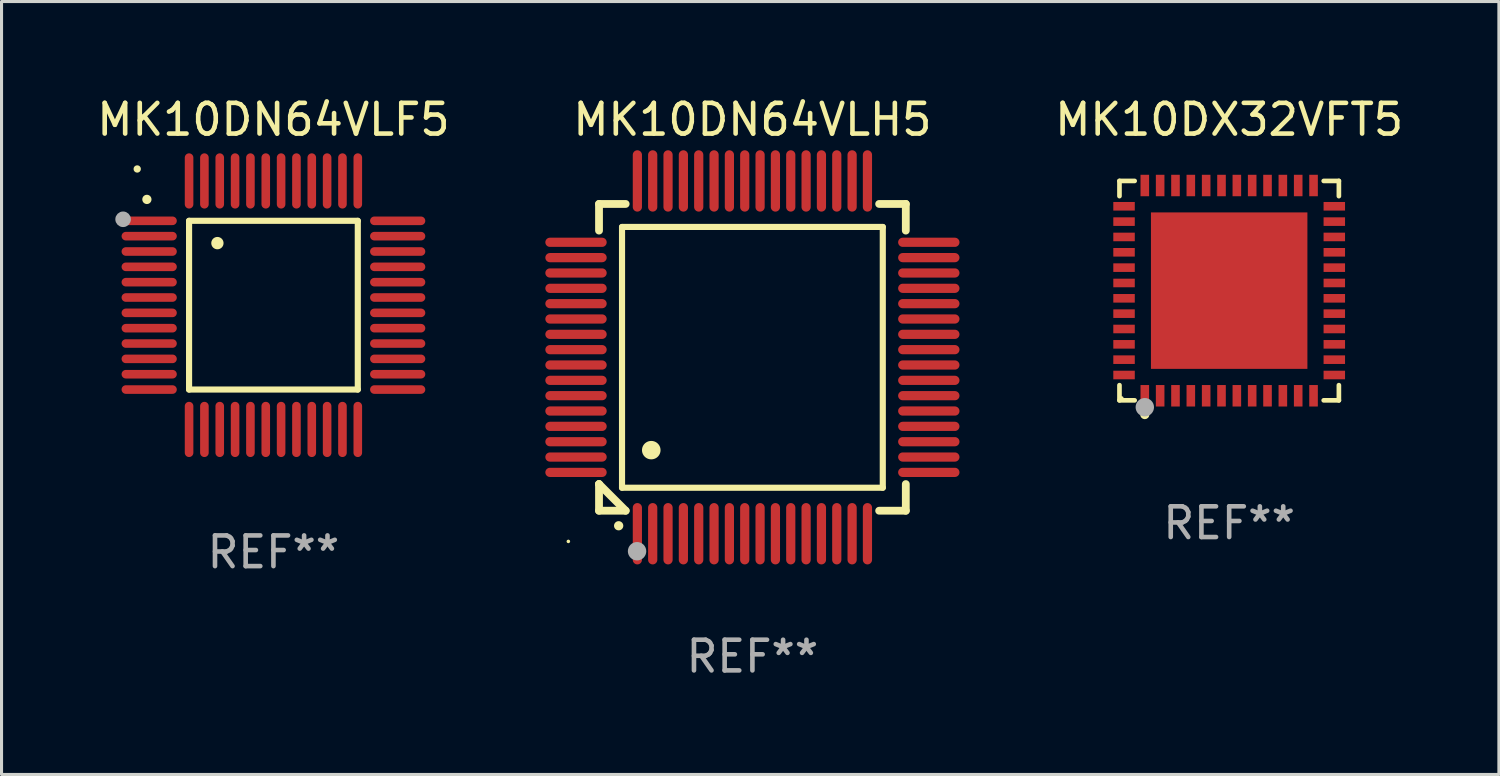
<source format=kicad_pcb>
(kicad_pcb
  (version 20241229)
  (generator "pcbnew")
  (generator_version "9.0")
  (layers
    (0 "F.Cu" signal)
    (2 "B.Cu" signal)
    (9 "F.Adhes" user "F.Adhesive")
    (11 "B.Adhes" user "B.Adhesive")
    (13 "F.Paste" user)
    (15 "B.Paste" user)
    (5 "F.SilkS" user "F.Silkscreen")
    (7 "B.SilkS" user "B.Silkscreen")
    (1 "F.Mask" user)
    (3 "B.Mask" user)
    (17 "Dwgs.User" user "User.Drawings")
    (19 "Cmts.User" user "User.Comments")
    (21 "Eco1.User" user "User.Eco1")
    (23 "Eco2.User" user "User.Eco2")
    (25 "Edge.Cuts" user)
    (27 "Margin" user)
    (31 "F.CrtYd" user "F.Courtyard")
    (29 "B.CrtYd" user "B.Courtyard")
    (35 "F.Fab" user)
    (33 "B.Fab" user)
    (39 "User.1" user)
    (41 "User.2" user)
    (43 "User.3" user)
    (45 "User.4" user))
  (footprint "MK10DN64VLF5"
    (layer "F.Cu")
    (at 5.863 6.898)
    (property "Reference" "MK10DN64VLF5" (at 0 -6.05 0) (layer "F.SilkS") (effects (font (size 1 1) (thickness 0.15))))
    (attr through_hole)
    (fp_line (start -2.75 -2.75) (end 2.75 -2.75) (stroke (width 0.2) (type solid)) (layer "F.SilkS"))
    (fp_line (start -2.75 2.75) (end -2.75 -2.75) (stroke (width 0.2) (type solid)) (layer "F.SilkS"))
    (fp_line (start 2.75 -2.75) (end 2.75 2.75) (stroke (width 0.2) (type solid)) (layer "F.SilkS"))
    (fp_line (start 2.75 2.75) (end -2.75 2.75) (stroke (width 0.2) (type solid)) (layer "F.SilkS"))
    (fp_arc (start -4.124968 -3.446787) (mid -4.124973 -3.448057) (end -4.124968 -3.449327) (stroke (width 0.3) (type solid)) (layer "F.SilkS"))
    (fp_arc (start -1.826264 -2.021844) (mid -1.826268 -2.023114) (end -1.826264 -2.024384) (stroke (width 0.4) (type solid)) (layer "F.SilkS"))
    (fp_circle (center -4.44 -4.44) (end -4.38 -4.44) (stroke (width 0.12) (type solid)) (fill no) (layer "F.SilkS"))
    (fp_circle (center -4.9 -2.8) (end -4.773 -2.8) (stroke (width 0.254) (type solid)) (fill no) (layer "F.Fab"))
    (fp_text user "REF**" (at 0 8.05 0) (layer "F.Fab") (effects (font (size 1 1) (thickness 0.15))))
    (pad "1" smd oval (at -4.05 -2.75 90) (size 0.28 1.8) (layers "F.Cu" "F.Mask" "F.Paste"))
    (pad "2" smd oval (at -4.05 -2.25 90) (size 0.28 1.8) (layers "F.Cu" "F.Mask" "F.Paste"))
    (pad "3" smd oval (at -4.05 -1.75 90) (size 0.28 1.8) (layers "F.Cu" "F.Mask" "F.Paste"))
    (pad "4" smd oval (at -4.05 -1.25 90) (size 0.28 1.8) (layers "F.Cu" "F.Mask" "F.Paste"))
    (pad "5" smd oval (at -4.05 -0.75 90) (size 0.28 1.8) (layers "F.Cu" "F.Mask" "F.Paste"))
    (pad "6" smd oval (at -4.05 -0.25 90) (size 0.28 1.8) (layers "F.Cu" "F.Mask" "F.Paste"))
    (pad "7" smd oval (at -4.05 0.25 90) (size 0.28 1.8) (layers "F.Cu" "F.Mask" "F.Paste"))
    (pad "8" smd oval (at -4.05 0.75 90) (size 0.28 1.8) (layers "F.Cu" "F.Mask" "F.Paste"))
    (pad "9" smd oval (at -4.05 1.25 90) (size 0.28 1.8) (layers "F.Cu" "F.Mask" "F.Paste"))
    (pad "10" smd oval (at -4.05 1.75 90) (size 0.28 1.8) (layers "F.Cu" "F.Mask" "F.Paste"))
    (pad "11" smd oval (at -4.05 2.25 90) (size 0.28 1.8) (layers "F.Cu" "F.Mask" "F.Paste"))
    (pad "12" smd oval (at -4.05 2.75 90) (size 0.28 1.8) (layers "F.Cu" "F.Mask" "F.Paste"))
    (pad "13" smd oval (at -2.75 4.05) (size 0.28 1.8) (layers "F.Cu" "F.Mask" "F.Paste"))
    (pad "14" smd oval (at -2.25 4.05) (size 0.28 1.8) (layers "F.Cu" "F.Mask" "F.Paste"))
    (pad "15" smd oval (at -1.75 4.05) (size 0.28 1.8) (layers "F.Cu" "F.Mask" "F.Paste"))
    (pad "16" smd oval (at -1.25 4.05) (size 0.28 1.8) (layers "F.Cu" "F.Mask" "F.Paste"))
    (pad "17" smd oval (at -0.75 4.05) (size 0.28 1.8) (layers "F.Cu" "F.Mask" "F.Paste"))
    (pad "18" smd oval (at -0.25 4.05) (size 0.28 1.8) (layers "F.Cu" "F.Mask" "F.Paste"))
    (pad "19" smd oval (at 0.25 4.05) (size 0.28 1.8) (layers "F.Cu" "F.Mask" "F.Paste"))
    (pad "20" smd oval (at 0.75 4.05) (size 0.28 1.8) (layers "F.Cu" "F.Mask" "F.Paste"))
    (pad "21" smd oval (at 1.25 4.05) (size 0.28 1.8) (layers "F.Cu" "F.Mask" "F.Paste"))
    (pad "22" smd oval (at 1.75 4.05) (size 0.28 1.8) (layers "F.Cu" "F.Mask" "F.Paste"))
    (pad "23" smd oval (at 2.25 4.05) (size 0.28 1.8) (layers "F.Cu" "F.Mask" "F.Paste"))
    (pad "24" smd oval (at 2.75 4.05) (size 0.28 1.8) (layers "F.Cu" "F.Mask" "F.Paste"))
    (pad "25" smd oval (at 4.05 2.75 90) (size 0.28 1.8) (layers "F.Cu" "F.Mask" "F.Paste"))
    (pad "26" smd oval (at 4.05 2.25 90) (size 0.28 1.8) (layers "F.Cu" "F.Mask" "F.Paste"))
    (pad "27" smd oval (at 4.05 1.75 90) (size 0.28 1.8) (layers "F.Cu" "F.Mask" "F.Paste"))
    (pad "28" smd oval (at 4.05 1.25 90) (size 0.28 1.8) (layers "F.Cu" "F.Mask" "F.Paste"))
    (pad "29" smd oval (at 4.05 0.75 90) (size 0.28 1.8) (layers "F.Cu" "F.Mask" "F.Paste"))
    (pad "30" smd oval (at 4.05 0.25 90) (size 0.28 1.8) (layers "F.Cu" "F.Mask" "F.Paste"))
    (pad "31" smd oval (at 4.05 -0.25 90) (size 0.28 1.8) (layers "F.Cu" "F.Mask" "F.Paste"))
    (pad "32" smd oval (at 4.05 -0.75 90) (size 0.28 1.8) (layers "F.Cu" "F.Mask" "F.Paste"))
    (pad "33" smd oval (at 4.05 -1.25 90) (size 0.28 1.8) (layers "F.Cu" "F.Mask" "F.Paste"))
    (pad "34" smd oval (at 4.05 -1.75 90) (size 0.28 1.8) (layers "F.Cu" "F.Mask" "F.Paste"))
    (pad "35" smd oval (at 4.05 -2.25 90) (size 0.28 1.8) (layers "F.Cu" "F.Mask" "F.Paste"))
    (pad "36" smd oval (at 4.05 -2.75 90) (size 0.28 1.8) (layers "F.Cu" "F.Mask" "F.Paste"))
    (pad "37" smd oval (at 2.75 -4.05) (size 0.28 1.8) (layers "F.Cu" "F.Mask" "F.Paste"))
    (pad "38" smd oval (at 2.25 -4.05) (size 0.28 1.8) (layers "F.Cu" "F.Mask" "F.Paste"))
    (pad "39" smd oval (at 1.75 -4.05) (size 0.28 1.8) (layers "F.Cu" "F.Mask" "F.Paste"))
    (pad "40" smd oval (at 1.25 -4.05) (size 0.28 1.8) (layers "F.Cu" "F.Mask" "F.Paste"))
    (pad "41" smd oval (at 0.75 -4.05) (size 0.28 1.8) (layers "F.Cu" "F.Mask" "F.Paste"))
    (pad "42" smd oval (at 0.25 -4.05) (size 0.28 1.8) (layers "F.Cu" "F.Mask" "F.Paste"))
    (pad "43" smd oval (at -0.25 -4.05) (size 0.28 1.8) (layers "F.Cu" "F.Mask" "F.Paste"))
    (pad "44" smd oval (at -0.75 -4.05) (size 0.28 1.8) (layers "F.Cu" "F.Mask" "F.Paste"))
    (pad "45" smd oval (at -1.25 -4.05) (size 0.28 1.8) (layers "F.Cu" "F.Mask" "F.Paste"))
    (pad "46" smd oval (at -1.75 -4.05) (size 0.28 1.8) (layers "F.Cu" "F.Mask" "F.Paste"))
    (pad "47" smd oval (at -2.25 -4.05) (size 0.28 1.8) (layers "F.Cu" "F.Mask" "F.Paste"))
    (pad "48" smd oval (at -2.75 -4.05) (size 0.28 1.8) (layers "F.Cu" "F.Mask" "F.Paste")))
  (footprint "MK10DX32VFT5"
    (layer "F.Cu")
    (at 37.017 6.424)
    (property "Reference" "MK10DX32VFT5" (at 0 -5.576 0) (layer "F.SilkS") (effects (font (size 1 1) (thickness 0.15))))
    (attr through_hole)
    (fp_line (start -3.576 -3.576) (end -3.081 -3.576) (stroke (width 0.152) (type solid)) (layer "F.SilkS"))
    (fp_line (start -3.576 -3.081) (end -3.576 -3.576) (stroke (width 0.152) (type solid)) (layer "F.SilkS"))
    (fp_line (start -3.576 3.081) (end -3.576 3.576) (stroke (width 0.152) (type solid)) (layer "F.SilkS"))
    (fp_line (start -3.576 3.576) (end -3.081 3.576) (stroke (width 0.152) (type solid)) (layer "F.SilkS"))
    (fp_line (start 3.576 -3.576) (end 3.081 -3.576) (stroke (width 0.152) (type solid)) (layer "F.SilkS"))
    (fp_line (start 3.576 -3.081) (end 3.576 -3.576) (stroke (width 0.152) (type solid)) (layer "F.SilkS"))
    (fp_line (start 3.576 3.081) (end 3.576 3.576) (stroke (width 0.152) (type solid)) (layer "F.SilkS"))
    (fp_line (start 3.576 3.576) (end 3.081 3.576) (stroke (width 0.152) (type solid)) (layer "F.SilkS"))
    (fp_circle (center -3.5 3.5) (end -3.47 3.5) (stroke (width 0.06) (type solid)) (fill no) (layer "F.SilkS"))
    (fp_circle (center -2.75 4.04) (end -2.675 4.04) (stroke (width 0.15) (type solid)) (fill no) (layer "F.SilkS"))
    (fp_circle (center -2.75 3.8) (end -2.6 3.8) (stroke (width 0.3) (type solid)) (fill no) (layer "F.Fab"))
    (fp_text user "REF**" (at 0 7.576 0) (layer "F.Fab") (effects (font (size 1 1) (thickness 0.15))))
    (pad "1" smd rect (at -2.75 3.427) (size 0.28 0.7) (layers "F.Cu" "F.Mask" "F.Paste"))
    (pad "2" smd rect (at -2.25 3.427) (size 0.28 0.7) (layers "F.Cu" "F.Mask" "F.Paste"))
    (pad "3" smd rect (at -1.75 3.427) (size 0.28 0.7) (layers "F.Cu" "F.Mask" "F.Paste"))
    (pad "4" smd rect (at -1.25 3.427) (size 0.28 0.7) (layers "F.Cu" "F.Mask" "F.Paste"))
    (pad "5" smd rect (at -0.75 3.427) (size 0.28 0.7) (layers "F.Cu" "F.Mask" "F.Paste"))
    (pad "6" smd rect (at -0.25 3.427) (size 0.28 0.7) (layers "F.Cu" "F.Mask" "F.Paste"))
    (pad "7" smd rect (at 0.25 3.427) (size 0.28 0.7) (layers "F.Cu" "F.Mask" "F.Paste"))
    (pad "8" smd rect (at 0.75 3.427) (size 0.28 0.7) (layers "F.Cu" "F.Mask" "F.Paste"))
    (pad "9" smd rect (at 1.25 3.427) (size 0.28 0.7) (layers "F.Cu" "F.Mask" "F.Paste"))
    (pad "10" smd rect (at 1.75 3.427) (size 0.28 0.7) (layers "F.Cu" "F.Mask" "F.Paste"))
    (pad "11" smd rect (at 2.25 3.427) (size 0.28 0.7) (layers "F.Cu" "F.Mask" "F.Paste"))
    (pad "12" smd rect (at 2.75 3.427) (size 0.28 0.7) (layers "F.Cu" "F.Mask" "F.Paste"))
    (pad "13" smd rect (at 3.427 2.75) (size 0.7 0.28) (layers "F.Cu" "F.Mask" "F.Paste"))
    (pad "14" smd rect (at 3.427 2.25) (size 0.7 0.28) (layers "F.Cu" "F.Mask" "F.Paste"))
    (pad "15" smd rect (at 3.427 1.75) (size 0.7 0.28) (layers "F.Cu" "F.Mask" "F.Paste"))
    (pad "16" smd rect (at 3.427 1.25) (size 0.7 0.28) (layers "F.Cu" "F.Mask" "F.Paste"))
    (pad "17" smd rect (at 3.427 0.75) (size 0.7 0.28) (layers "F.Cu" "F.Mask" "F.Paste"))
    (pad "18" smd rect (at 3.427 0.25) (size 0.7 0.28) (layers "F.Cu" "F.Mask" "F.Paste"))
    (pad "19" smd rect (at 3.427 -0.25) (size 0.7 0.28) (layers "F.Cu" "F.Mask" "F.Paste"))
    (pad "20" smd rect (at 3.427 -0.75) (size 0.7 0.28) (layers "F.Cu" "F.Mask" "F.Paste"))
    (pad "21" smd rect (at 3.427 -1.25) (size 0.7 0.28) (layers "F.Cu" "F.Mask" "F.Paste"))
    (pad "22" smd rect (at 3.427 -1.75) (size 0.7 0.28) (layers "F.Cu" "F.Mask" "F.Paste"))
    (pad "23" smd rect (at 3.427 -2.25) (size 0.7 0.28) (layers "F.Cu" "F.Mask" "F.Paste"))
    (pad "24" smd rect (at 3.427 -2.75) (size 0.7 0.28) (layers "F.Cu" "F.Mask" "F.Paste"))
    (pad "25" smd rect (at 2.75 -3.427) (size 0.28 0.7) (layers "F.Cu" "F.Mask" "F.Paste"))
    (pad "26" smd rect (at 2.25 -3.427) (size 0.28 0.7) (layers "F.Cu" "F.Mask" "F.Paste"))
    (pad "27" smd rect (at 1.75 -3.427) (size 0.28 0.7) (layers "F.Cu" "F.Mask" "F.Paste"))
    (pad "28" smd rect (at 1.25 -3.427) (size 0.28 0.7) (layers "F.Cu" "F.Mask" "F.Paste"))
    (pad "29" smd rect (at 0.75 -3.427) (size 0.28 0.7) (layers "F.Cu" "F.Mask" "F.Paste"))
    (pad "30" smd rect (at 0.25 -3.427) (size 0.28 0.7) (layers "F.Cu" "F.Mask" "F.Paste"))
    (pad "31" smd rect (at -0.25 -3.427) (size 0.28 0.7) (layers "F.Cu" "F.Mask" "F.Paste"))
    (pad "32" smd rect (at -0.75 -3.427) (size 0.28 0.7) (layers "F.Cu" "F.Mask" "F.Paste"))
    (pad "33" smd rect (at -1.25 -3.427) (size 0.28 0.7) (layers "F.Cu" "F.Mask" "F.Paste"))
    (pad "34" smd rect (at -1.75 -3.427) (size 0.28 0.7) (layers "F.Cu" "F.Mask" "F.Paste"))
    (pad "35" smd rect (at -2.25 -3.427) (size 0.28 0.7) (layers "F.Cu" "F.Mask" "F.Paste"))
    (pad "36" smd rect (at -2.75 -3.427) (size 0.28 0.7) (layers "F.Cu" "F.Mask" "F.Paste"))
    (pad "37" smd rect (at -3.427 -2.75) (size 0.7 0.28) (layers "F.Cu" "F.Mask" "F.Paste"))
    (pad "38" smd rect (at -3.427 -2.25) (size 0.7 0.28) (layers "F.Cu" "F.Mask" "F.Paste"))
    (pad "39" smd rect (at -3.427 -1.75) (size 0.7 0.28) (layers "F.Cu" "F.Mask" "F.Paste"))
    (pad "40" smd rect (at -3.427 -1.25) (size 0.7 0.28) (layers "F.Cu" "F.Mask" "F.Paste"))
    (pad "41" smd rect (at -3.427 -0.75) (size 0.7 0.28) (layers "F.Cu" "F.Mask" "F.Paste"))
    (pad "42" smd rect (at -3.427 -0.25) (size 0.7 0.28) (layers "F.Cu" "F.Mask" "F.Paste"))
    (pad "43" smd rect (at -3.427 0.25) (size 0.7 0.28) (layers "F.Cu" "F.Mask" "F.Paste"))
    (pad "44" smd rect (at -3.427 0.75) (size 0.7 0.28) (layers "F.Cu" "F.Mask" "F.Paste"))
    (pad "45" smd rect (at -3.427 1.25) (size 0.7 0.28) (layers "F.Cu" "F.Mask" "F.Paste"))
    (pad "46" smd rect (at -3.427 1.75) (size 0.7 0.28) (layers "F.Cu" "F.Mask" "F.Paste"))
    (pad "47" smd rect (at -3.427 2.25) (size 0.7 0.28) (layers "F.Cu" "F.Mask" "F.Paste"))
    (pad "48" smd rect (at -3.427 2.75) (size 0.7 0.28) (layers "F.Cu" "F.Mask" "F.Paste"))
    (pad "49" smd rect (at 0 0) (size 5.1 5.1) (layers "F.Cu" "F.Mask" "F.Paste")))
  (footprint "MK10DN64VLH5"
    (layer "F.Cu")
    (at 21.476 8.598)
    (property "Reference" "MK10DN64VLH5" (at 0 -7.75 0) (layer "F.SilkS") (effects (font (size 1 1) (thickness 0.15))))
    (attr through_hole)
    (fp_line (start -5 -5) (end -4.131 -5) (stroke (width 0.254) (type solid)) (layer "F.SilkS"))
    (fp_line (start -5 -4.131) (end -5 -5) (stroke (width 0.254) (type solid)) (layer "F.SilkS"))
    (fp_line (start -5 4.131) (end -5 4.131) (stroke (width 0.254) (type solid)) (layer "F.SilkS"))
    (fp_line (start -5 5) (end -5 4.131) (stroke (width 0.254) (type solid)) (layer "F.SilkS"))
    (fp_line (start -5 4.131) (end -4.131 5) (stroke (width 0.254) (type solid)) (layer "F.SilkS"))
    (fp_line (start -4.25 -4.25) (end -4.25 4.25) (stroke (width 0.2) (type solid)) (layer "F.SilkS"))
    (fp_line (start -4.25 4.25) (end 4.25 4.25) (stroke (width 0.2) (type solid)) (layer "F.SilkS"))
    (fp_line (start -4.131 5) (end -5 5) (stroke (width 0.254) (type solid)) (layer "F.SilkS"))
    (fp_line (start 4.25 -4.25) (end -4.25 -4.25) (stroke (width 0.2) (type solid)) (layer "F.SilkS"))
    (fp_line (start 4.25 4.25) (end 4.25 -4.25) (stroke (width 0.2) (type solid)) (layer "F.SilkS"))
    (fp_line (start 5 -5) (end 4.131 -5) (stroke (width 0.254) (type solid)) (layer "F.SilkS"))
    (fp_line (start 5 -5) (end 5 -4.131) (stroke (width 0.254) (type solid)) (layer "F.SilkS"))
    (fp_line (start 5 4.131) (end 5 5) (stroke (width 0.254) (type solid)) (layer "F.SilkS"))
    (fp_line (start 5 5) (end 4.131 5) (stroke (width 0.254) (type solid)) (layer "F.SilkS"))
    (fp_arc (start -4.361265 5.489992) (mid -4.359995 5.489987) (end -4.358725 5.489992) (stroke (width 0.3) (type solid)) (layer "F.SilkS"))
    (fp_arc (start -3.299467 3.025146) (mid -3.296927 3.025135) (end -3.294387 3.025146) (stroke (width 0.6) (type solid)) (layer "F.SilkS"))
    (fp_circle (center -6 6) (end -5.97 6) (stroke (width 0.06) (type solid)) (fill no) (layer "F.SilkS"))
    (fp_circle (center -3.76 6.32) (end -3.61 6.32) (stroke (width 0.3) (type solid)) (fill no) (layer "F.Fab"))
    (fp_text user "REF**" (at 0 9.75 0) (layer "F.Fab") (effects (font (size 1 1) (thickness 0.15))))
    (pad "1" smd oval (at -3.75 5.75) (size 0.3 2) (layers "F.Cu" "F.Mask" "F.Paste"))
    (pad "2" smd oval (at -3.25 5.75) (size 0.3 2) (layers "F.Cu" "F.Mask" "F.Paste"))
    (pad "3" smd oval (at -2.75 5.75) (size 0.3 2) (layers "F.Cu" "F.Mask" "F.Paste"))
    (pad "4" smd oval (at -2.25 5.75) (size 0.3 2) (layers "F.Cu" "F.Mask" "F.Paste"))
    (pad "5" smd oval (at -1.75 5.75) (size 0.3 2) (layers "F.Cu" "F.Mask" "F.Paste"))
    (pad "6" smd oval (at -1.25 5.75) (size 0.3 2) (layers "F.Cu" "F.Mask" "F.Paste"))
    (pad "7" smd oval (at -0.75 5.75) (size 0.3 2) (layers "F.Cu" "F.Mask" "F.Paste"))
    (pad "8" smd oval (at -0.25 5.75) (size 0.3 2) (layers "F.Cu" "F.Mask" "F.Paste"))
    (pad "9" smd oval (at 0.25 5.75) (size 0.3 2) (layers "F.Cu" "F.Mask" "F.Paste"))
    (pad "10" smd oval (at 0.75 5.75) (size 0.3 2) (layers "F.Cu" "F.Mask" "F.Paste"))
    (pad "11" smd oval (at 1.25 5.75) (size 0.3 2) (layers "F.Cu" "F.Mask" "F.Paste"))
    (pad "12" smd oval (at 1.75 5.75) (size 0.3 2) (layers "F.Cu" "F.Mask" "F.Paste"))
    (pad "13" smd oval (at 2.25 5.75) (size 0.3 2) (layers "F.Cu" "F.Mask" "F.Paste"))
    (pad "14" smd oval (at 2.75 5.75) (size 0.3 2) (layers "F.Cu" "F.Mask" "F.Paste"))
    (pad "15" smd oval (at 3.25 5.75) (size 0.3 2) (layers "F.Cu" "F.Mask" "F.Paste"))
    (pad "16" smd oval (at 3.75 5.75) (size 0.3 2) (layers "F.Cu" "F.Mask" "F.Paste"))
    (pad "17" smd oval (at 5.75 3.75) (size 2 0.3) (layers "F.Cu" "F.Mask" "F.Paste"))
    (pad "18" smd oval (at 5.75 3.25) (size 2 0.3) (layers "F.Cu" "F.Mask" "F.Paste"))
    (pad "19" smd oval (at 5.75 2.75) (size 2 0.3) (layers "F.Cu" "F.Mask" "F.Paste"))
    (pad "20" smd oval (at 5.75 2.25) (size 2 0.3) (layers "F.Cu" "F.Mask" "F.Paste"))
    (pad "21" smd oval (at 5.75 1.75) (size 2 0.3) (layers "F.Cu" "F.Mask" "F.Paste"))
    (pad "22" smd oval (at 5.75 1.25) (size 2 0.3) (layers "F.Cu" "F.Mask" "F.Paste"))
    (pad "23" smd oval (at 5.75 0.75) (size 2 0.3) (layers "F.Cu" "F.Mask" "F.Paste"))
    (pad "24" smd oval (at 5.75 0.25) (size 2 0.3) (layers "F.Cu" "F.Mask" "F.Paste"))
    (pad "25" smd oval (at 5.75 -0.25) (size 2 0.3) (layers "F.Cu" "F.Mask" "F.Paste"))
    (pad "26" smd oval (at 5.75 -0.75) (size 2 0.3) (layers "F.Cu" "F.Mask" "F.Paste"))
    (pad "27" smd oval (at 5.75 -1.25) (size 2 0.3) (layers "F.Cu" "F.Mask" "F.Paste"))
    (pad "28" smd oval (at 5.75 -1.75) (size 2 0.3) (layers "F.Cu" "F.Mask" "F.Paste"))
    (pad "29" smd oval (at 5.75 -2.25) (size 2 0.3) (layers "F.Cu" "F.Mask" "F.Paste"))
    (pad "30" smd oval (at 5.75 -2.75) (size 2 0.3) (layers "F.Cu" "F.Mask" "F.Paste"))
    (pad "31" smd oval (at 5.75 -3.25) (size 2 0.3) (layers "F.Cu" "F.Mask" "F.Paste"))
    (pad "32" smd oval (at 5.75 -3.75) (size 2 0.3) (layers "F.Cu" "F.Mask" "F.Paste"))
    (pad "33" smd oval (at 3.75 -5.75) (size 0.3 2) (layers "F.Cu" "F.Mask" "F.Paste"))
    (pad "34" smd oval (at 3.25 -5.75) (size 0.3 2) (layers "F.Cu" "F.Mask" "F.Paste"))
    (pad "35" smd oval (at 2.75 -5.75) (size 0.3 2) (layers "F.Cu" "F.Mask" "F.Paste"))
    (pad "36" smd oval (at 2.25 -5.75) (size 0.3 2) (layers "F.Cu" "F.Mask" "F.Paste"))
    (pad "37" smd oval (at 1.75 -5.75) (size 0.3 2) (layers "F.Cu" "F.Mask" "F.Paste"))
    (pad "38" smd oval (at 1.25 -5.75) (size 0.3 2) (layers "F.Cu" "F.Mask" "F.Paste"))
    (pad "39" smd oval (at 0.75 -5.75) (size 0.3 2) (layers "F.Cu" "F.Mask" "F.Paste"))
    (pad "40" smd oval (at 0.25 -5.75) (size 0.3 2) (layers "F.Cu" "F.Mask" "F.Paste"))
    (pad "41" smd oval (at -0.25 -5.75) (size 0.3 2) (layers "F.Cu" "F.Mask" "F.Paste"))
    (pad "42" smd oval (at -0.75 -5.75) (size 0.3 2) (layers "F.Cu" "F.Mask" "F.Paste"))
    (pad "43" smd oval (at -1.25 -5.75) (size 0.3 2) (layers "F.Cu" "F.Mask" "F.Paste"))
    (pad "44" smd oval (at -1.75 -5.75) (size 0.3 2) (layers "F.Cu" "F.Mask" "F.Paste"))
    (pad "45" smd oval (at -2.25 -5.75) (size 0.3 2) (layers "F.Cu" "F.Mask" "F.Paste"))
    (pad "46" smd oval (at -2.75 -5.75) (size 0.3 2) (layers "F.Cu" "F.Mask" "F.Paste"))
    (pad "47" smd oval (at -3.25 -5.75) (size 0.3 2) (layers "F.Cu" "F.Mask" "F.Paste"))
    (pad "48" smd oval (at -3.75 -5.75) (size 0.3 2) (layers "F.Cu" "F.Mask" "F.Paste"))
    (pad "49" smd oval (at -5.75 -3.75) (size 2 0.3) (layers "F.Cu" "F.Mask" "F.Paste"))
    (pad "50" smd oval (at -5.75 -3.25) (size 2 0.3) (layers "F.Cu" "F.Mask" "F.Paste"))
    (pad "51" smd oval (at -5.75 -2.75) (size 2 0.3) (layers "F.Cu" "F.Mask" "F.Paste"))
    (pad "52" smd oval (at -5.75 -2.25) (size 2 0.3) (layers "F.Cu" "F.Mask" "F.Paste"))
    (pad "53" smd oval (at -5.75 -1.75) (size 2 0.3) (layers "F.Cu" "F.Mask" "F.Paste"))
    (pad "54" smd oval (at -5.75 -1.25) (size 2 0.3) (layers "F.Cu" "F.Mask" "F.Paste"))
    (pad "55" smd oval (at -5.75 -0.75) (size 2 0.3) (layers "F.Cu" "F.Mask" "F.Paste"))
    (pad "56" smd oval (at -5.75 -0.25) (size 2 0.3) (layers "F.Cu" "F.Mask" "F.Paste"))
    (pad "57" smd oval (at -5.75 0.25) (size 2 0.3) (layers "F.Cu" "F.Mask" "F.Paste"))
    (pad "58" smd oval (at -5.75 0.75) (size 2 0.3) (layers "F.Cu" "F.Mask" "F.Paste"))
    (pad "59" smd oval (at -5.75 1.25) (size 2 0.3) (layers "F.Cu" "F.Mask" "F.Paste"))
    (pad "60" smd oval (at -5.75 1.75) (size 2 0.3) (layers "F.Cu" "F.Mask" "F.Paste"))
    (pad "61" smd oval (at -5.75 2.25) (size 2 0.3) (layers "F.Cu" "F.Mask" "F.Paste"))
    (pad "62" smd oval (at -5.75 2.75) (size 2 0.3) (layers "F.Cu" "F.Mask" "F.Paste"))
    (pad "63" smd oval (at -5.75 3.25) (size 2 0.3) (layers "F.Cu" "F.Mask" "F.Paste"))
    (pad "64" smd oval (at -5.75 3.75) (size 2 0.3) (layers "F.Cu" "F.Mask" "F.Paste")))
  (gr_rect
    (start -3 -3)
    (end 45.809 22.196)
    (stroke (width 0.1) (type default))
    (fill no)
    (layer "Edge.Cuts")))
</source>
